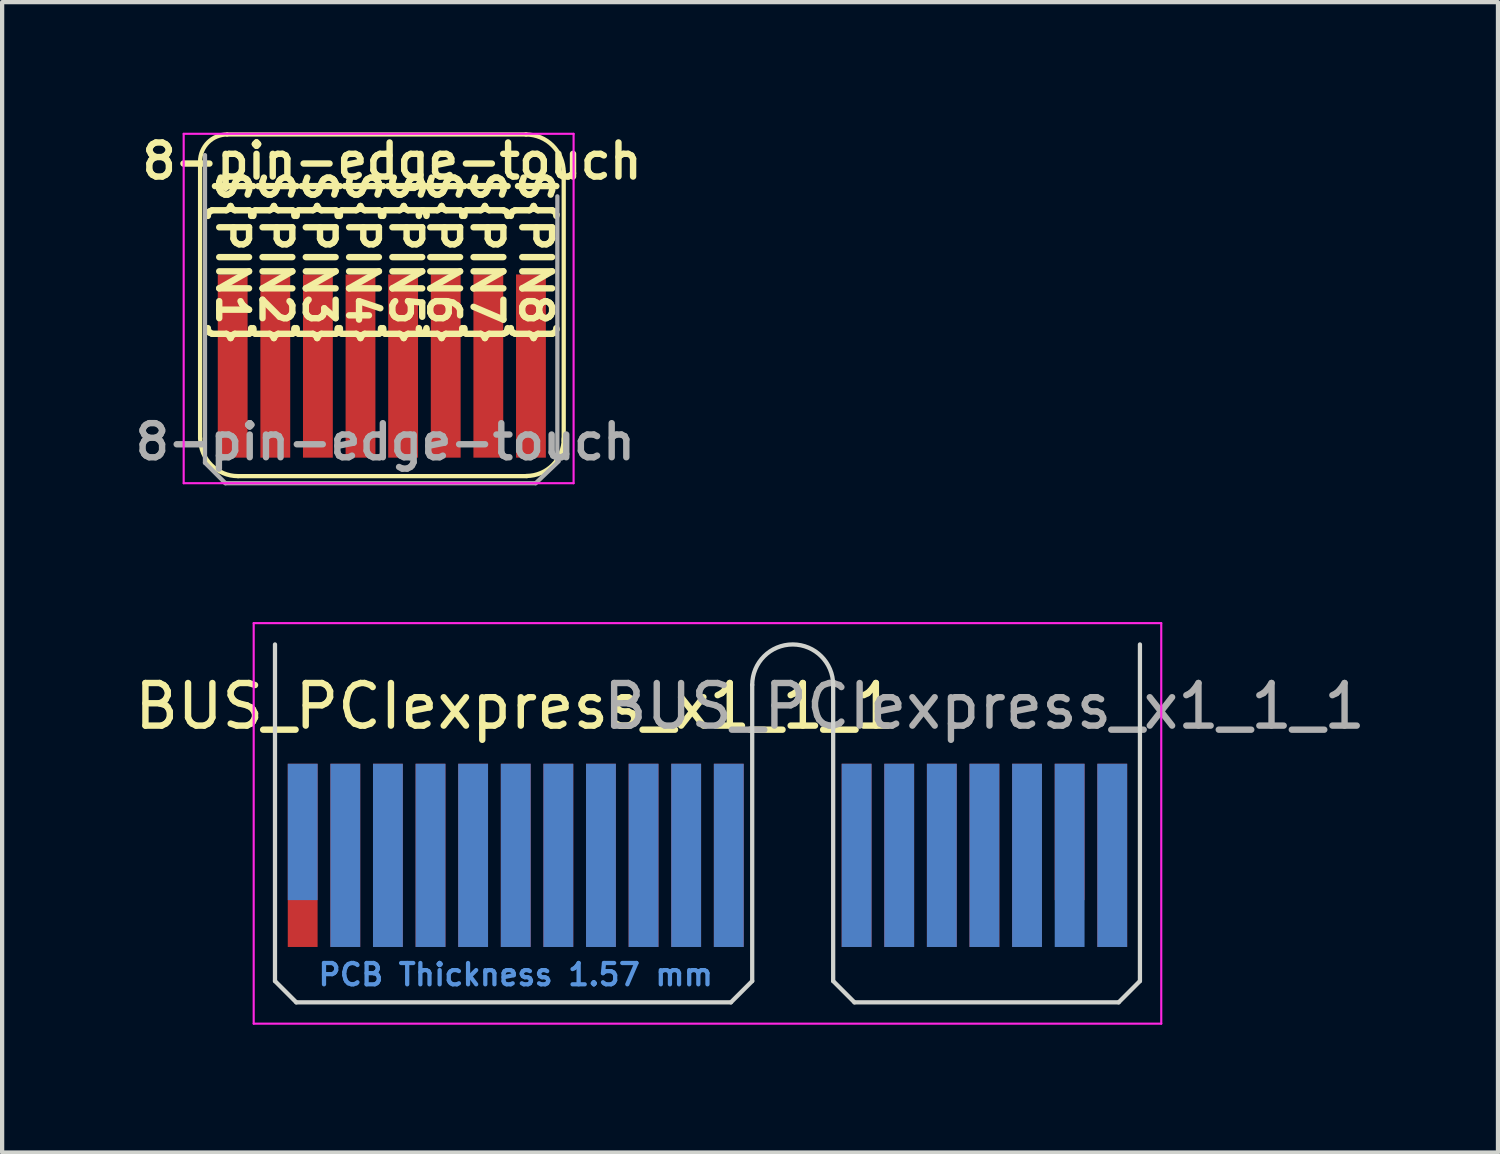
<source format=kicad_pcb>
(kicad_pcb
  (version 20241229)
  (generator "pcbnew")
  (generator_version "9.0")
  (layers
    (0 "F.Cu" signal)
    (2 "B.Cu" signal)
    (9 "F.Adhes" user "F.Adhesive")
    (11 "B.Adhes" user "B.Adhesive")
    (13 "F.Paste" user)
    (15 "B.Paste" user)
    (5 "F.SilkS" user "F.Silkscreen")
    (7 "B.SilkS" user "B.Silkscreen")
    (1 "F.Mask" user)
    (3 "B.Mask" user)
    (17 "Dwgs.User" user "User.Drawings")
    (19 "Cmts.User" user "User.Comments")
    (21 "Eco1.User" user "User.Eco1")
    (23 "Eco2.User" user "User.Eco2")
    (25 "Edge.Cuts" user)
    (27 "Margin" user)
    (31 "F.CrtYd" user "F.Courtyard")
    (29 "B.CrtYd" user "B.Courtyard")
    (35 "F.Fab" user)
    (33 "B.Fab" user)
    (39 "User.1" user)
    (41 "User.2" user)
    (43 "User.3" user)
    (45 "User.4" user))
  (footprint "8-pin-edge-touch"
    (layer "F.Cu")
    (at 2.411 5.541)
    (property "Reference" "8-pin-edge-touch" (at 3.74 -4.81 0) (layer "F.SilkS") (effects (font (size 0.8 0.8) (thickness 0.15))))
    (attr exclude_from_pos_files exclude_from_bom)
    (fp_line (start -0.765 1.7) (end -0.765 -4.8) (stroke (width 0.1) (type default)) (layer "F.SilkS"))
    (fp_line (start -0.13 -5.435) (end 6.89 -5.435) (stroke (width 0.1) (type default)) (layer "F.SilkS"))
    (fp_line (start 6.91 2.583) (end 0.124 2.583) (stroke (width 0.1) (type default)) (layer "F.SilkS"))
    (fp_line (start 7.769 -4.56) (end 7.769 1.76) (stroke (width 0.1) (type default)) (layer "F.SilkS"))
    (fp_arc (start -0.764999 -4.799999) (mid -0.579012 -5.249012) (end -0.129999 -5.434999) (stroke (width 0.1) (type default)) (layer "F.SilkS"))
    (fp_arc (start 0.123997 2.583383) (mid -0.502497 2.32388) (end -0.762 1.697386) (stroke (width 0.1) (type default)) (layer "F.SilkS"))
    (fp_arc (start 6.88 -5.434999) (mid 7.508618 -5.174617) (end 7.769 -4.545999) (stroke (width 0.1) (type default)) (layer "F.SilkS"))
    (fp_arc (start 7.77 1.7) (mid 7.512254 2.322254) (end 6.89 2.58) (stroke (width 0.1) (type default)) (layer "F.SilkS"))
    (fp_line (start -1.15 -5.45) (end -1.15 2.75) (stroke (width 0.05) (type solid)) (layer "F.CrtYd"))
    (fp_line (start -1.15 -5.45) (end 8.001 -5.45) (stroke (width 0.05) (type solid)) (layer "F.CrtYd"))
    (fp_line (start 8 2.75) (end -1.15 2.75) (stroke (width 0.05) (type solid)) (layer "F.CrtYd"))
    (fp_line (start 8.001 2.75) (end 8.001 -5.45) (stroke (width 0.05) (type solid)) (layer "F.CrtYd"))
    (fp_line (start -0.65 -4.95) (end -0.65 2.27) (stroke (width 0.1) (type solid)) (layer "F.Fab"))
    (fp_line (start -0.65 2.27) (end -0.17 2.75) (stroke (width 0.1) (type solid)) (layer "F.Fab"))
    (fp_line (start -0.17 2.75) (end 7.11 2.75) (stroke (width 0.1) (type solid)) (layer "F.Fab"))
    (fp_line (start 7.62 -3.983) (end 7.62 2.23) (stroke (width 0.1) (type solid)) (layer "F.Fab"))
    (fp_line (start 7.652 2.234) (end 7.11 2.75) (stroke (width 0.1) (type solid)) (layer "F.Fab"))
    (fp_text user "${PIN8}" (at 7.112 -2.54 270) (unlocked yes) (layer "F.SilkS") (effects (font (size 0.7 0.7) (thickness 0.15))))
    (fp_text user "${PIN1}" (at 0 -2.54 270) (unlocked yes) (layer "F.SilkS") (effects (font (size 0.7 0.7) (thickness 0.15))))
    (fp_text user "${PIN3}" (at 2.032 -2.54 270) (unlocked yes) (layer "F.SilkS") (effects (font (size 0.7 0.7) (thickness 0.15))))
    (fp_text user "${PIN7}" (at 5.969 -2.54 270) (unlocked yes) (layer "F.SilkS") (effects (font (size 0.7 0.7) (thickness 0.15))))
    (fp_text user "${PIN5}" (at 4.064 -2.54 270) (unlocked yes) (layer "F.SilkS") (effects (font (size 0.7 0.7) (thickness 0.15))))
    (fp_text user "${PIN4}" (at 3.048 -2.54 270) (unlocked yes) (layer "F.SilkS") (effects (font (size 0.7 0.7) (thickness 0.15))))
    (fp_text user "${PIN6}" (at 4.953 -2.54 270) (unlocked yes) (layer "F.SilkS") (effects (font (size 0.7 0.7) (thickness 0.15))))
    (fp_text user "${PIN2}" (at 1.016 -2.54 270) (unlocked yes) (layer "F.SilkS") (effects (font (size 0.7 0.7) (thickness 0.15))))
    (fp_text user "${REFERENCE}" (at 3.581 1.778 0) (layer "F.Fab") (effects (font (size 0.8 0.8) (thickness 0.15))))
    (dimension (type aligned) (layer "User.3") (pts (xy 9.761 3.441) (xy 10.171 3.441)) (height 0.001) (format (prefix "") (suffix "") (units 3) (units_format 1) (precision 4)) (style (thickness 0.01) (arrow_length 0.5) (text_position_mode 0) (arrow_direction outward) (extension_height 0.586) (extension_offset 0) (keep_text_aligned yes)) (gr_text "0.4100 mm" (at 9.966 3.193 0) (layer "User.3") (effects (font (size 0.2 0.2) (thickness 0.15)))))
    (dimension (type aligned) (layer "User.3") (pts (xy 1.651 7.011) (xy 2.061 7.011)) (height 0.001) (format (prefix "") (suffix "") (units 3) (units_format 1) (precision 4)) (style (thickness 0.01) (arrow_length 0.5) (text_position_mode 0) (arrow_direction outward) (extension_height 0.586) (extension_offset 0) (keep_text_aligned yes)) (gr_text "0.4100 mm" (at 1.856 6.763 0) (layer "User.3") (effects (font (size 0.2 0.2) (thickness 0.15)))))
    (dimension (type aligned) (layer "User.3") (pts (xy 9.761 6.501) (xy 10.171 6.501)) (height 0.001) (format (prefix "") (suffix "") (units 3) (units_format 1) (precision 4)) (style (thickness 0.01) (arrow_length 0.5) (text_position_mode 0) (arrow_direction outward) (extension_height 0.586) (extension_offset 0) (keep_text_aligned yes)) (gr_text "0.4100 mm" (at 9.966 6.253 0) (layer "User.3") (effects (font (size 0.2 0.2) (thickness 0.15)))))
    (dimension (type aligned) (layer "User.3") (pts (xy 6.411 8.101) (xy 6.411 7.691)) (height 0.001) (format (prefix "") (suffix "") (units 3) (units_format 1) (precision 4)) (style (thickness 0.01) (arrow_length 0.5) (text_position_mode 0) (arrow_direction outward) (extension_height 0.586) (extension_offset 0) (keep_text_aligned yes)) (gr_text "0.4100 mm" (at 6.163 7.896 90) (layer "User.3") (effects (font (size 0.2 0.2) (thickness 0.15)))))
    (dimension (type aligned) (layer "User.3") (pts (xy 1.651 3.461) (xy 2.061 3.461)) (height 0.001) (format (prefix "") (suffix "") (units 3) (units_format 1) (precision 4)) (style (thickness 0.01) (arrow_length 0.5) (text_position_mode 0) (arrow_direction outward) (extension_height 0.586) (extension_offset 0) (keep_text_aligned yes)) (gr_text "0.4100 mm" (at 1.856 3.213 0) (layer "User.3") (effects (font (size 0.2 0.2) (thickness 0.15)))))
    (dimension (type aligned) (layer "User.3") (pts (xy 6.411 8.301) (xy 6.411 8.101)) (height 0.001) (format (prefix "") (suffix "") (units 3) (units_format 1) (precision 4)) (style (thickness 0.01) (arrow_length 0.5) (text_position_mode 0) (arrow_direction outward) (extension_height 0.586) (extension_offset 0) (keep_text_aligned yes)) (gr_text "0.2000 mm" (at 6.163 8.201 90) (layer "User.3") (effects (font (size 0.2 0.2) (thickness 0.15)))))
    (dimension (type aligned) (layer "User.3") (pts (xy 3.311 8.101) (xy 3.311 0.101)) (height 0.001) (format (prefix "") (suffix "") (units 3) (units_format 1) (precision 4)) (style (thickness 0.01) (arrow_length 0.5) (text_position_mode 0) (arrow_direction outward) (extension_height 0.586) (extension_offset 0) (keep_text_aligned yes)) (gr_text "8.0000 mm" (at 3.063 4.101 90) (layer "User.3") (effects (font (size 0.2 0.2) (thickness 0.15)))))
    (pad "A1" connect rect (at 0 0) (size 0.7 4.3) (layers "F.Cu" "F.Mask"))
    (pad "A2" connect rect (at 1 0) (size 0.7 4.3) (layers "F.Cu" "F.Mask"))
    (pad "A3" connect rect (at 2 0) (size 0.7 4.3) (layers "F.Cu" "F.Mask"))
    (pad "A4" connect rect (at 3 0) (size 0.7 4.3) (layers "F.Cu" "F.Mask"))
    (pad "A5" connect rect (at 4 0) (size 0.7 4.3) (layers "F.Cu" "F.Mask"))
    (pad "A6" connect rect (at 5 0) (size 0.7 4.3) (layers "F.Cu" "F.Mask"))
    (pad "A7" connect rect (at 6 0) (size 0.7 4.3) (layers "F.Cu" "F.Mask"))
    (pad "A8" connect rect (at 7 0) (size 0.7 4.3) (layers "F.Cu" "F.Mask")))
  (footprint "BUS_PCIexpress_x1_1_1"
    (layer "F.Cu")
    (at 4.054 17.025)
    (property "Reference" "BUS_PCIexpress_x1_1_1" (at 5 -3.5 0) (layer "F.SilkS") (effects (font (size 1 1) (thickness 0.15))))
    (attr exclude_from_pos_files exclude_from_bom)
    (fp_line (start -0.65 -4.95) (end -0.65 2.95) (stroke (width 0.1) (type solid)) (layer "Edge.Cuts"))
    (fp_line (start -0.65 2.95) (end -0.15 3.45) (stroke (width 0.1) (type solid)) (layer "Edge.Cuts"))
    (fp_line (start -0.15 3.45) (end 10.05 3.45) (stroke (width 0.1) (type solid)) (layer "Edge.Cuts"))
    (fp_line (start 10.55 -4) (end 10.55 2.95) (stroke (width 0.1) (type solid)) (layer "Edge.Cuts"))
    (fp_line (start 10.55 2.95) (end 10.05 3.45) (stroke (width 0.1) (type solid)) (layer "Edge.Cuts"))
    (fp_line (start 12.45 -4) (end 12.45 2.95) (stroke (width 0.1) (type solid)) (layer "Edge.Cuts"))
    (fp_line (start 12.45 2.95) (end 12.95 3.45) (stroke (width 0.1) (type solid)) (layer "Edge.Cuts"))
    (fp_line (start 12.95 3.45) (end 19.15 3.45) (stroke (width 0.1) (type solid)) (layer "Edge.Cuts"))
    (fp_line (start 19.65 -4.95) (end 19.65 2.95) (stroke (width 0.1) (type solid)) (layer "Edge.Cuts"))
    (fp_line (start 19.65 2.95) (end 19.15 3.45) (stroke (width 0.1) (type solid)) (layer "Edge.Cuts"))
    (fp_arc (start 10.55 -4) (mid 11.5 -4.95) (end 12.45 -4) (stroke (width 0.1) (type solid)) (layer "Edge.Cuts"))
    (fp_line (start -1.15 -5.45) (end -1.15 3.95) (stroke (width 0.05) (type solid)) (layer "F.CrtYd"))
    (fp_line (start -1.15 -5.45) (end 20.15 -5.45) (stroke (width 0.05) (type solid)) (layer "F.CrtYd"))
    (fp_line (start 20.15 3.95) (end -1.15 3.95) (stroke (width 0.05) (type solid)) (layer "F.CrtYd"))
    (fp_line (start 20.15 3.95) (end 20.15 -5.45) (stroke (width 0.05) (type solid)) (layer "F.CrtYd"))
    (fp_text user "PCB Thickness 1.57 mm" (at 5 2.8 180) (layer "Cmts.User") (effects (font (size 0.5 0.5) (thickness 0.1))))
    (fp_text user "${REFERENCE}" (at 16 -3.5 0) (layer "F.Fab") (effects (font (size 1 1) (thickness 0.15))))
    (pad "A1" connect rect (at 0 -0.55) (size 0.7 3.2) (layers "B.Cu" "B.Mask"))
    (pad "A2" connect rect (at 1 0) (size 0.7 4.3) (layers "B.Cu" "B.Mask"))
    (pad "A3" connect rect (at 2 0) (size 0.7 4.3) (layers "B.Cu" "B.Mask"))
    (pad "A4" connect rect (at 3 0) (size 0.7 4.3) (layers "B.Cu" "B.Mask"))
    (pad "A5" connect rect (at 4 0) (size 0.7 4.3) (layers "B.Cu" "B.Mask"))
    (pad "A6" connect rect (at 5 0) (size 0.7 4.3) (layers "B.Cu" "B.Mask"))
    (pad "A7" connect rect (at 6 0) (size 0.7 4.3) (layers "B.Cu" "B.Mask"))
    (pad "A8" connect rect (at 7 0) (size 0.7 4.3) (layers "B.Cu" "B.Mask"))
    (pad "A9" connect rect (at 8 0) (size 0.7 4.3) (layers "B.Cu" "B.Mask"))
    (pad "A10" connect rect (at 9 0) (size 0.7 4.3) (layers "B.Cu" "B.Mask"))
    (pad "A11" connect rect (at 10 0) (size 0.7 4.3) (layers "B.Cu" "B.Mask"))
    (pad "A12" connect rect (at 13 0) (size 0.7 4.3) (layers "B.Cu" "B.Mask"))
    (pad "A13" connect rect (at 14 0) (size 0.7 4.3) (layers "B.Cu" "B.Mask"))
    (pad "A14" connect rect (at 15 0) (size 0.7 4.3) (layers "B.Cu" "B.Mask"))
    (pad "A15" connect rect (at 16 0) (size 0.7 4.3) (layers "B.Cu" "B.Mask"))
    (pad "A16" connect rect (at 17 0) (size 0.7 4.3) (layers "B.Cu" "B.Mask"))
    (pad "A17" connect rect (at 18 0) (size 0.7 4.3) (layers "B.Cu" "B.Mask"))
    (pad "A18" connect rect (at 19 0) (size 0.7 4.3) (layers "B.Cu" "B.Mask"))
    (pad "B1" connect rect (at 0 0) (size 0.7 4.3) (layers "F.Cu" "F.Mask"))
    (pad "B2" connect rect (at 1 0) (size 0.7 4.3) (layers "F.Cu" "F.Mask"))
    (pad "B3" connect rect (at 2 0) (size 0.7 4.3) (layers "F.Cu" "F.Mask"))
    (pad "B4" connect rect (at 3 0) (size 0.7 4.3) (layers "F.Cu" "F.Mask"))
    (pad "B5" connect rect (at 4 0) (size 0.7 4.3) (layers "F.Cu" "F.Mask"))
    (pad "B6" connect rect (at 5 0) (size 0.7 4.3) (layers "F.Cu" "F.Mask"))
    (pad "B7" connect rect (at 6 0) (size 0.7 4.3) (layers "F.Cu" "F.Mask"))
    (pad "B8" connect rect (at 7 0) (size 0.7 4.3) (layers "F.Cu" "F.Mask"))
    (pad "B9" connect rect (at 8 0) (size 0.7 4.3) (layers "F.Cu" "F.Mask"))
    (pad "B10" connect rect (at 9 0) (size 0.7 4.3) (layers "F.Cu" "F.Mask"))
    (pad "B11" connect rect (at 10 0) (size 0.7 4.3) (layers "F.Cu" "F.Mask"))
    (pad "B12" connect rect (at 13 0) (size 0.7 4.3) (layers "F.Cu" "F.Mask"))
    (pad "B13" connect rect (at 14 0) (size 0.7 4.3) (layers "F.Cu" "F.Mask"))
    (pad "B14" connect rect (at 15 0) (size 0.7 4.3) (layers "F.Cu" "F.Mask"))
    (pad "B15" connect rect (at 16 0) (size 0.7 4.3) (layers "F.Cu" "F.Mask"))
    (pad "B16" connect rect (at 17 0) (size 0.7 4.3) (layers "F.Cu" "F.Mask"))
    (pad "B17" connect rect (at 18 -0.55) (size 0.7 3.2) (layers "F.Cu" "F.Mask"))
    (pad "B18" connect rect (at 19 0) (size 0.7 4.3) (layers "F.Cu" "F.Mask")))
  (gr_rect
    (start -3 -3)
    (end 32.107 24)
    (stroke (width 0.1) (type default))
    (fill no)
    (layer "Edge.Cuts")))
</source>
